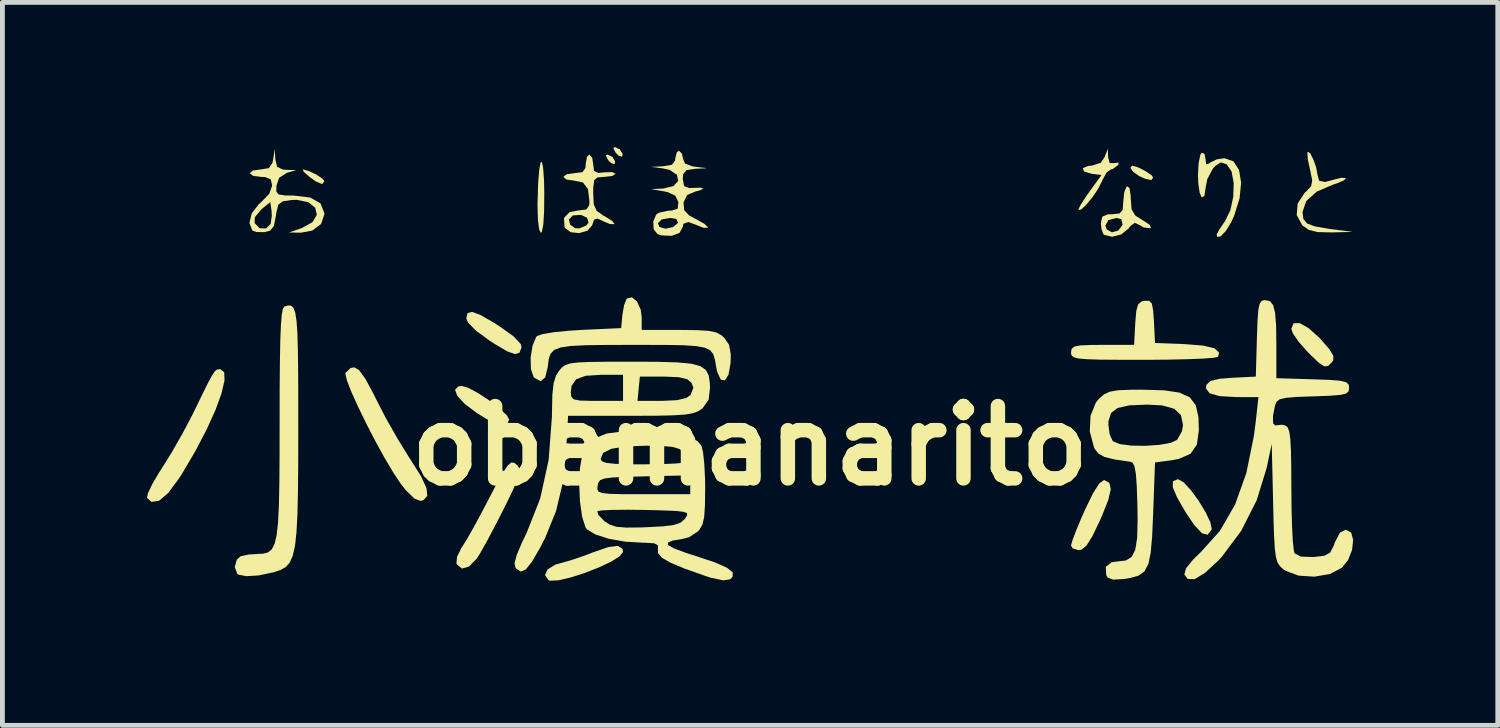
<source format=kicad_pcb>
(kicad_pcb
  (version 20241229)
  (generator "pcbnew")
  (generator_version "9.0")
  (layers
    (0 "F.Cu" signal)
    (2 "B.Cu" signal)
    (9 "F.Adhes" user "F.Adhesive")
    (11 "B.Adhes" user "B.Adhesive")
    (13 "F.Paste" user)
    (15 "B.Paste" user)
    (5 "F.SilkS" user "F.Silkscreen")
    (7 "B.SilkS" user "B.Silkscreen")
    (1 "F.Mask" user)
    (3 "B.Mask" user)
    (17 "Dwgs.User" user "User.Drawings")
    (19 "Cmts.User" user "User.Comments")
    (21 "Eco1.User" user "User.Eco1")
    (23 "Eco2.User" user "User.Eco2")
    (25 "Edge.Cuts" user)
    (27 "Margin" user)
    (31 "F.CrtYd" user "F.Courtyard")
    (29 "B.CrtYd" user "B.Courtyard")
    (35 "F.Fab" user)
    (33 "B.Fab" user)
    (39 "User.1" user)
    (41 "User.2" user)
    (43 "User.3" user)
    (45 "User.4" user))
  (footprint "obamanarito"
    (layer "F.Cu")
    (at 12.507 6.195)
    (property "Reference" "obamanarito" (at 0 0 0) (layer "F.SilkS") (effects (font (size 1.5 1.5) (thickness 0.3))))
    (attr board_only exclude_from_pos_files exclude_from_bom)
    (fp_poly (pts (xy -2.855 -5.992) (xy -2.796 -5.896) (xy -2.808 -5.84) (xy -2.878 -5.86) (xy -2.941 -5.922) (xy -2.991 -6.02) (xy -2.957 -6.04)) (stroke (width 0) (type solid)) (fill yes) (layer "F.SilkS"))
    (fp_poly (pts (xy -2.7 -6.147) (xy -2.641 -6.051) (xy -2.653 -5.995) (xy -2.723 -6.015) (xy -2.786 -6.077) (xy -2.836 -6.174) (xy -2.802 -6.195)) (stroke (width 0) (type solid)) (fill yes) (layer "F.SilkS"))
    (fp_poly (pts (xy -9.15 -5.697) (xy -8.99 -5.621) (xy -8.863 -5.534) (xy -8.828 -5.486) (xy -8.874 -5.426) (xy -9.012 -5.485) (xy -9.138 -5.576) (xy -9.254 -5.679) (xy -9.281 -5.728) (xy -9.277 -5.729)) (stroke (width 0) (type solid)) (fill yes) (layer "F.SilkS"))
    (fp_poly (pts (xy 8.053 -5.773) (xy 8.207 -5.694) (xy 8.331 -5.608) (xy 8.363 -5.563) (xy 8.327 -5.508) (xy 8.202 -5.535) (xy 8.073 -5.593) (xy 7.949 -5.679) (xy 7.891 -5.765) (xy 7.928 -5.808) (xy 7.934 -5.808)) (stroke (width 0) (type solid)) (fill yes) (layer "F.SilkS"))
    (fp_poly (pts (xy -5.832 -1.195) (xy -5.626 -1.083) (xy -5.399 -0.932) (xy -5.191 -0.77) (xy -5.043 -0.628) (xy -4.995 -0.54) (xy -5.047 -0.429) (xy -5.203 -0.434) (xy -5.462 -0.552) (xy -5.668 -0.679) (xy -5.919 -0.868) (xy -6.072 -1.035) (xy -6.118 -1.162) (xy -6.047 -1.231) (xy -5.976 -1.239)) (stroke (width 0) (type solid)) (fill yes) (layer "F.SilkS"))
    (fp_poly (pts (xy -4.291 -5.766) (xy -4.272 -5.501) (xy -4.267 -5.246) (xy -4.27 -4.863) (xy -4.287 -4.587) (xy -4.316 -4.437) (xy -4.337 -4.414) (xy -4.374 -4.487) (xy -4.399 -4.688) (xy -4.407 -4.992) (xy -4.406 -5.053) (xy -4.394 -5.447) (xy -4.372 -5.722) (xy -4.345 -5.871) (xy -4.316 -5.887)) (stroke (width 0) (type solid)) (fill yes) (layer "F.SilkS"))
    (fp_poly (pts (xy -5.588 -2.71) (xy -5.314 -2.552) (xy -5.195 -2.476) (xy -4.904 -2.268) (xy -4.757 -2.111) (xy -4.738 -2.037) (xy -4.782 -1.928) (xy -4.874 -1.9) (xy -5.034 -1.956) (xy -5.285 -2.104) (xy -5.401 -2.179) (xy -5.684 -2.386) (xy -5.848 -2.553) (xy -5.885 -2.643) (xy -5.858 -2.751) (xy -5.764 -2.775)) (stroke (width 0) (type solid)) (fill yes) (layer "F.SilkS"))
    (fp_poly (pts (xy 8.997 0.761) (xy 9.147 0.924) (xy 9.307 1.143) (xy 9.45 1.379) (xy 9.55 1.588) (xy 9.578 1.73) (xy 9.575 1.742) (xy 9.493 1.847) (xy 9.376 1.817) (xy 9.217 1.648) (xy 9.041 1.388) (xy 8.858 1.071) (xy 8.77 0.86) (xy 8.773 0.741) (xy 8.865 0.698) (xy 8.886 0.698)) (stroke (width 0) (type solid)) (fill yes) (layer "F.SilkS"))
    (fp_poly (pts (xy 11.584 -2.441) (xy 11.808 -2.241) (xy 11.844 -2.203) (xy 12.023 -1.996) (xy 12.102 -1.862) (xy 12.098 -1.77) (xy 12.077 -1.738) (xy 11.997 -1.657) (xy 11.918 -1.644) (xy 11.808 -1.713) (xy 11.635 -1.876) (xy 11.555 -1.958) (xy 11.379 -2.158) (xy 11.261 -2.332) (xy 11.229 -2.423) (xy 11.275 -2.539) (xy 11.4 -2.543)) (stroke (width 0) (type solid)) (fill yes) (layer "F.SilkS"))
    (fp_poly (pts (xy -2.644 2.14) (xy -2.633 2.204) (xy -2.702 2.294) (xy -2.883 2.407) (xy -3.139 2.527) (xy -3.431 2.641) (xy -3.721 2.734) (xy -3.971 2.792) (xy -4.144 2.801) (xy -4.181 2.788) (xy -4.252 2.684) (xy -4.198 2.566) (xy -4.039 2.468) (xy -3.935 2.438) (xy -3.717 2.377) (xy -3.434 2.281) (xy -3.252 2.211) (xy -2.936 2.102) (xy -2.738 2.078)) (stroke (width 0) (type solid)) (fill yes) (layer "F.SilkS"))
    (fp_poly (pts (xy 7.354 0.715) (xy 7.456 0.772) (xy 7.484 0.901) (xy 7.434 1.121) (xy 7.305 1.448) (xy 7.248 1.576) (xy 7.099 1.884) (xy 6.983 2.069) (xy 6.883 2.154) (xy 6.819 2.168) (xy 6.691 2.129) (xy 6.659 2.071) (xy 6.69 1.961) (xy 6.77 1.748) (xy 6.887 1.47) (xy 6.948 1.333) (xy 7.115 0.988) (xy 7.245 0.784) (xy 7.341 0.714)) (stroke (width 0) (type solid)) (fill yes) (layer "F.SilkS"))
    (fp_poly (pts (xy -10.988 -1.587) (xy -10.906 -1.525) (xy -10.9 -1.351) (xy -10.963 -1.082) (xy -11.088 -0.738) (xy -11.27 -0.337) (xy -11.499 0.102) (xy -11.77 0.563) (xy -11.843 0.678) (xy -12.067 0.98) (xy -12.26 1.144) (xy -12.416 1.166) (xy -12.507 1.083) (xy -12.489 0.987) (xy -12.4 0.799) (xy -12.256 0.555) (xy -12.202 0.472) (xy -11.994 0.138) (xy -11.767 -0.26) (xy -11.564 -0.646) (xy -11.534 -0.707) (xy -11.357 -1.07) (xy -11.235 -1.317) (xy -11.152 -1.469) (xy -11.095 -1.55) (xy -11.049 -1.582) (xy -11.001 -1.588)) (stroke (width 0) (type solid)) (fill yes) (layer "F.SilkS"))
    (fp_poly (pts (xy -8.109 -1.568) (xy -7.977 -1.386) (xy -7.807 -1.07) (xy -7.756 -0.966) (xy -7.556 -0.577) (xy -7.315 -0.153) (xy -7.082 0.226) (xy -7.045 0.281) (xy -6.826 0.63) (xy -6.71 0.88) (xy -6.694 1.042) (xy -6.773 1.129) (xy -6.831 1.146) (xy -6.96 1.098) (xy -7.139 0.923) (xy -7.238 0.799) (xy -7.394 0.565) (xy -7.575 0.26) (xy -7.768 -0.089) (xy -7.957 -0.454) (xy -8.128 -0.805) (xy -8.268 -1.115) (xy -8.361 -1.354) (xy -8.394 -1.495) (xy -8.391 -1.511) (xy -8.285 -1.61) (xy -8.21 -1.626)) (stroke (width 0) (type solid)) (fill yes) (layer "F.SilkS"))
    (fp_poly (pts (xy -4.893 0.353) (xy -4.828 0.405) (xy -4.824 0.408) (xy -4.783 0.473) (xy -4.782 0.567) (xy -4.828 0.717) (xy -4.93 0.949) (xy -5.097 1.289) (xy -5.115 1.325) (xy -5.29 1.668) (xy -5.456 1.98) (xy -5.592 2.222) (xy -5.668 2.343) (xy -5.828 2.507) (xy -5.975 2.549) (xy -6.08 2.463) (xy -6.089 2.442) (xy -6.077 2.306) (xy -5.99 2.128) (xy -5.98 2.113) (xy -5.878 1.951) (xy -5.731 1.693) (xy -5.563 1.381) (xy -5.468 1.2) (xy -5.272 0.824) (xy -5.131 0.569) (xy -5.031 0.418) (xy -4.956 0.351)) (stroke (width 0) (type solid)) (fill yes) (layer "F.SilkS"))
    (fp_poly (pts (xy 7.429 -5.985) (xy 7.462 -5.861) (xy 7.563 -5.862) (xy 7.65 -5.873) (xy 7.636 -5.821) (xy 7.522 -5.737) (xy 7.484 -5.73) (xy 7.396 -5.665) (xy 7.307 -5.504) (xy 7.295 -5.473) (xy 7.218 -5.322) (xy 7.104 -5.154) (xy 6.98 -5.003) (xy 6.875 -4.903) (xy 6.818 -4.888) (xy 6.815 -4.905) (xy 6.857 -4.992) (xy 6.964 -5.16) (xy 7.053 -5.286) (xy 7.292 -5.614) (xy 7.092 -5.639) (xy 6.93 -5.688) (xy 6.903 -5.756) (xy 7.012 -5.803) (xy 7.088 -5.808) (xy 7.278 -5.87) (xy 7.354 -5.982) (xy 7.424 -6.156)) (stroke (width 0) (type solid)) (fill yes) (layer "F.SilkS"))
    (fp_poly (pts (xy 8.336 -2.948) (xy 8.364 -2.799) (xy 8.379 -2.58) (xy 8.402 -2.13) (xy 9.019 -2.107) (xy 9.402 -2.076) (xy 9.637 -2.019) (xy 9.73 -1.931) (xy 9.709 -1.843) (xy 9.623 -1.824) (xy 9.407 -1.807) (xy 9.084 -1.794) (xy 8.68 -1.785) (xy 8.218 -1.781) (xy 8.165 -1.781) (xy 7.648 -1.782) (xy 7.264 -1.785) (xy 6.996 -1.793) (xy 6.821 -1.808) (xy 6.721 -1.832) (xy 6.674 -1.867) (xy 6.66 -1.915) (xy 6.66 -1.936) (xy 6.672 -2.011) (xy 6.729 -2.057) (xy 6.862 -2.081) (xy 7.1 -2.09) (xy 7.314 -2.091) (xy 7.968 -2.091) (xy 7.992 -2.536) (xy 8.012 -2.791) (xy 8.05 -2.93) (xy 8.121 -2.991) (xy 8.185 -3.006) (xy 8.281 -3.006)) (stroke (width 0) (type solid)) (fill yes) (layer "F.SilkS"))
    (fp_poly (pts (xy 9.429 -6.053) (xy 9.448 -5.952) (xy 9.464 -5.836) (xy 9.526 -5.856) (xy 9.54 -5.87) (xy 9.684 -5.94) (xy 9.843 -5.963) (xy 10.029 -5.898) (xy 10.145 -5.719) (xy 10.188 -5.455) (xy 10.156 -5.131) (xy 10.045 -4.774) (xy 9.978 -4.627) (xy 9.868 -4.45) (xy 9.764 -4.343) (xy 9.694 -4.33) (xy 9.68 -4.378) (xy 9.722 -4.462) (xy 9.825 -4.616) (xy 9.852 -4.654) (xy 9.964 -4.881) (xy 10.025 -5.162) (xy 10.034 -5.447) (xy 9.99 -5.688) (xy 9.891 -5.835) (xy 9.888 -5.837) (xy 9.768 -5.877) (xy 9.655 -5.806) (xy 9.598 -5.741) (xy 9.486 -5.529) (xy 9.448 -5.33) (xy 9.426 -5.18) (xy 9.371 -5.149) (xy 9.37 -5.15) (xy 9.327 -5.248) (xy 9.299 -5.45) (xy 9.293 -5.614) (xy 9.306 -5.856) (xy 9.34 -6.028) (xy 9.37 -6.079)) (stroke (width 0) (type solid)) (fill yes) (layer "F.SilkS"))
    (fp_poly (pts (xy 11.62 -6.066) (xy 11.685 -5.94) (xy 11.744 -5.776) (xy 11.771 -5.63) (xy 11.771 -5.622) (xy 11.807 -5.495) (xy 11.93 -5.47) (xy 12.091 -5.513) (xy 12.263 -5.557) (xy 12.362 -5.552) (xy 12.363 -5.551) (xy 12.324 -5.506) (xy 12.175 -5.442) (xy 12.09 -5.414) (xy 11.754 -5.268) (xy 11.539 -5.074) (xy 11.461 -4.847) (xy 11.461 -4.841) (xy 11.48 -4.701) (xy 11.556 -4.609) (xy 11.72 -4.548) (xy 12.003 -4.499) (xy 12.072 -4.49) (xy 12.506 -4.434) (xy 12.061 -4.424) (xy 11.777 -4.431) (xy 11.594 -4.475) (xy 11.46 -4.57) (xy 11.454 -4.576) (xy 11.341 -4.785) (xy 11.361 -5.023) (xy 11.508 -5.248) (xy 11.546 -5.281) (xy 11.64 -5.383) (xy 11.663 -5.502) (xy 11.624 -5.698) (xy 11.615 -5.735) (xy 11.571 -5.94) (xy 11.562 -6.076) (xy 11.57 -6.098)) (stroke (width 0) (type solid)) (fill yes) (layer "F.SilkS"))
    (fp_poly (pts (xy 7.872 -5.347) (xy 7.897 -5.184) (xy 7.899 -5.118) (xy 7.916 -4.903) (xy 7.992 -4.774) (xy 8.15 -4.675) (xy 8.291 -4.582) (xy 8.318 -4.519) (xy 8.303 -4.51) (xy 8.166 -4.527) (xy 8.086 -4.574) (xy 7.983 -4.623) (xy 7.888 -4.553) (xy 7.852 -4.504) (xy 7.702 -4.383) (xy 7.511 -4.334) (xy 7.35 -4.372) (xy 7.331 -4.388) (xy 7.29 -4.499) (xy 7.284 -4.568) (xy 7.373 -4.568) (xy 7.398 -4.487) (xy 7.508 -4.425) (xy 7.641 -4.463) (xy 7.727 -4.578) (xy 7.729 -4.589) (xy 7.7 -4.7) (xy 7.599 -4.724) (xy 7.434 -4.678) (xy 7.373 -4.568) (xy 7.284 -4.568) (xy 7.279 -4.621) (xy 7.307 -4.75) (xy 7.421 -4.798) (xy 7.512 -4.801) (xy 7.669 -4.817) (xy 7.732 -4.895) (xy 7.744 -5.068) (xy 7.764 -5.261) (xy 7.815 -5.377) (xy 7.821 -5.382)) (stroke (width 0) (type solid)) (fill yes) (layer "F.SilkS"))
    (fp_poly (pts (xy -9.519 -2.905) (xy -9.47 -2.861) (xy -9.433 -2.761) (xy -9.406 -2.59) (xy -9.388 -2.333) (xy -9.378 -1.975) (xy -9.372 -1.502) (xy -9.37 -0.899) (xy -9.37 -0.417) (xy -9.371 0.33) (xy -9.376 0.938) (xy -9.387 1.422) (xy -9.407 1.797) (xy -9.438 2.078) (xy -9.484 2.281) (xy -9.546 2.422) (xy -9.627 2.515) (xy -9.731 2.575) (xy -9.859 2.619) (xy -9.887 2.627) (xy -10.189 2.691) (xy -10.446 2.707) (xy -10.612 2.675) (xy -10.635 2.659) (xy -10.687 2.518) (xy -10.645 2.363) (xy -10.564 2.293) (xy -10.396 2.257) (xy -10.22 2.246) (xy -10.097 2.24) (xy -9.999 2.214) (xy -9.921 2.152) (xy -9.862 2.039) (xy -9.819 1.86) (xy -9.79 1.6) (xy -9.772 1.243) (xy -9.762 0.776) (xy -9.758 0.182) (xy -9.757 -0.474) (xy -9.756 -1.179) (xy -9.751 -1.742) (xy -9.743 -2.177) (xy -9.73 -2.495) (xy -9.713 -2.711) (xy -9.69 -2.836) (xy -9.661 -2.884) (xy -9.661 -2.884) (xy -9.582 -2.908)) (stroke (width 0) (type solid)) (fill yes) (layer "F.SilkS"))
    (fp_poly (pts (xy -2.343 -2.991) (xy -2.267 -2.823) (xy -2.246 -2.662) (xy -2.246 -2.401) (xy -1.471 -2.401) (xy -1.107 -2.397) (xy -0.863 -2.382) (xy -0.705 -2.35) (xy -0.598 -2.294) (xy -0.538 -2.242) (xy -0.434 -2.093) (xy -0.398 -1.893) (xy -0.402 -1.719) (xy -0.445 -1.473) (xy -0.52 -1.355) (xy -0.605 -1.37) (xy -0.678 -1.526) (xy -0.7 -1.629) (xy -0.726 -1.781) (xy -0.76 -1.896) (xy -0.824 -1.978) (xy -0.936 -2.033) (xy -1.118 -2.066) (xy -1.388 -2.084) (xy -1.768 -2.09) (xy -2.278 -2.091) (xy -2.434 -2.091) (xy -2.992 -2.09) (xy -3.413 -2.084) (xy -3.719 -2.068) (xy -3.929 -2.037) (xy -4.061 -1.986) (xy -4.136 -1.909) (xy -4.173 -1.802) (xy -4.192 -1.66) (xy -4.195 -1.632) (xy -4.247 -1.416) (xy -4.341 -1.337) (xy -4.466 -1.404) (xy -4.49 -1.431) (xy -4.544 -1.589) (xy -4.55 -1.824) (xy -4.512 -2.067) (xy -4.438 -2.249) (xy -4.417 -2.274) (xy -4.306 -2.314) (xy -4.077 -2.353) (xy -3.763 -2.384) (xy -3.501 -2.401) (xy -2.672 -2.439) (xy -2.647 -2.71) (xy -2.612 -2.913) (xy -2.559 -3.045) (xy -2.553 -3.052) (xy -2.448 -3.079)) (stroke (width 0) (type solid)) (fill yes) (layer "F.SilkS"))
    (fp_poly (pts (xy -3.273 -5.974) (xy -3.252 -5.838) (xy -3.234 -5.698) (xy -3.148 -5.658) (xy -3.02 -5.67) (xy -2.858 -5.675) (xy -2.788 -5.641) (xy -2.788 -5.64) (xy -2.855 -5.595) (xy -3.017 -5.576) (xy -3.02 -5.576) (xy -3.163 -5.565) (xy -3.231 -5.507) (xy -3.251 -5.357) (xy -3.252 -5.229) (xy -3.24 -5.004) (xy -3.181 -4.873) (xy -3.046 -4.776) (xy -3.013 -4.759) (xy -2.865 -4.667) (xy -2.81 -4.602) (xy -2.813 -4.596) (xy -2.903 -4.597) (xy -3.008 -4.64) (xy -3.161 -4.711) (xy -3.232 -4.691) (xy -3.275 -4.569) (xy -3.371 -4.459) (xy -3.542 -4.41) (xy -3.72 -4.428) (xy -3.838 -4.517) (xy -3.844 -4.53) (xy -3.856 -4.69) (xy -3.757 -4.69) (xy -3.73 -4.584) (xy -3.625 -4.512) (xy -3.539 -4.507) (xy -3.395 -4.568) (xy -3.349 -4.627) (xy -3.379 -4.728) (xy -3.504 -4.787) (xy -3.664 -4.778) (xy -3.677 -4.774) (xy -3.757 -4.69) (xy -3.856 -4.69) (xy -3.858 -4.723) (xy -3.742 -4.845) (xy -3.565 -4.879) (xy -3.397 -4.899) (xy -3.335 -4.986) (xy -3.33 -5.066) (xy -3.361 -5.324) (xy -3.465 -5.46) (xy -3.648 -5.498) (xy -3.807 -5.521) (xy -3.872 -5.576) (xy -3.805 -5.63) (xy -3.643 -5.653) (xy -3.64 -5.653) (xy -3.474 -5.674) (xy -3.413 -5.762) (xy -3.407 -5.847) (xy -3.381 -5.992) (xy -3.33 -6.04)) (stroke (width 0) (type solid)) (fill yes) (layer "F.SilkS"))
    (fp_poly (pts (xy -9.846 -5.943) (xy -9.809 -5.785) (xy -9.689 -5.728) (xy -9.622 -5.723) (xy -9.409 -5.715) (xy -9.602 -5.662) (xy -9.767 -5.556) (xy -9.821 -5.398) (xy -9.826 -5.274) (xy -9.779 -5.212) (xy -9.643 -5.191) (xy -9.458 -5.188) (xy -9.12 -5.147) (xy -8.909 -5.026) (xy -8.829 -4.826) (xy -8.828 -4.801) (xy -8.897 -4.599) (xy -9.08 -4.462) (xy -9.318 -4.418) (xy -9.564 -4.423) (xy -9.293 -4.515) (xy -9.073 -4.638) (xy -8.985 -4.789) (xy -9.019 -4.937) (xy -9.162 -5.051) (xy -9.405 -5.1) (xy -9.5 -5.097) (xy -9.691 -5.07) (xy -9.784 -4.998) (xy -9.825 -4.835) (xy -9.835 -4.763) (xy -9.876 -4.557) (xy -9.953 -4.461) (xy -10.07 -4.43) (xy -10.239 -4.432) (xy -10.322 -4.462) (xy -10.383 -4.62) (xy -10.276 -4.62) (xy -10.174 -4.511) (xy -10.038 -4.506) (xy -9.942 -4.602) (xy -9.919 -4.767) (xy -9.925 -4.882) (xy -9.951 -5.052) (xy -10.138 -4.9) (xy -10.272 -4.737) (xy -10.276 -4.62) (xy -10.383 -4.62) (xy -10.383 -4.621) (xy -10.334 -4.82) (xy -10.19 -5.008) (xy -10.145 -5.046) (xy -9.97 -5.227) (xy -9.912 -5.397) (xy -9.941 -5.525) (xy -10.056 -5.572) (xy -10.145 -5.576) (xy -10.308 -5.598) (xy -10.377 -5.652) (xy -10.377 -5.653) (xy -10.31 -5.708) (xy -10.15 -5.73) (xy -9.98 -5.757) (xy -9.906 -5.866) (xy -9.89 -5.943) (xy -9.858 -6.156)) (stroke (width 0) (type solid)) (fill yes) (layer "F.SilkS"))
    (fp_poly (pts (xy -1.408 -6.053) (xy -1.394 -5.968) (xy -1.348 -5.852) (xy -1.188 -5.793) (xy -1.142 -5.787) (xy -0.891 -5.755) (xy -1.142 -5.743) (xy -1.318 -5.716) (xy -1.385 -5.633) (xy -1.394 -5.531) (xy -1.366 -5.384) (xy -1.257 -5.344) (xy -1.22 -5.346) (xy -1.029 -5.352) (xy -0.966 -5.332) (xy -1.043 -5.295) (xy -1.123 -5.276) (xy -1.304 -5.2) (xy -1.375 -5.051) (xy -1.378 -5.03) (xy -1.365 -4.885) (xy -1.263 -4.777) (xy -1.117 -4.698) (xy -0.95 -4.605) (xy -0.873 -4.535) (xy -0.874 -4.521) (xy -0.966 -4.52) (xy -1.072 -4.563) (xy -1.276 -4.64) (xy -1.38 -4.603) (xy -1.394 -4.538) (xy -1.46 -4.416) (xy -1.623 -4.353) (xy -1.834 -4.362) (xy -1.917 -4.388) (xy -1.998 -4.49) (xy -2.004 -4.616) (xy -1.91 -4.616) (xy -1.879 -4.538) (xy -1.753 -4.501) (xy -1.594 -4.535) (xy -1.492 -4.622) (xy -1.49 -4.627) (xy -1.528 -4.703) (xy -1.654 -4.724) (xy -1.831 -4.693) (xy -1.91 -4.616) (xy -2.004 -4.616) (xy -2.006 -4.65) (xy -1.946 -4.792) (xy -1.891 -4.832) (xy -1.707 -4.872) (xy -1.615 -4.879) (xy -1.499 -4.918) (xy -1.485 -5.053) (xy -1.549 -5.187) (xy -1.715 -5.262) (xy -1.781 -5.275) (xy -2.052 -5.323) (xy -1.805 -5.333) (xy -1.586 -5.385) (xy -1.489 -5.493) (xy -1.515 -5.617) (xy -1.663 -5.719) (xy -1.807 -5.752) (xy -2.052 -5.783) (xy -1.8 -5.796) (xy -1.62 -5.827) (xy -1.553 -5.914) (xy -1.549 -5.963) (xy -1.516 -6.089) (xy -1.471 -6.118)) (stroke (width 0) (type solid)) (fill yes) (layer "F.SilkS"))
    (fp_poly (pts (xy 8.583 -1.149) (xy 8.909 -1.101) (xy 9.124 -1.002) (xy 9.248 -0.838) (xy 9.303 -0.593) (xy 9.311 -0.319) (xy 9.27 -0.021) (xy 9.139 0.168) (xy 8.895 0.275) (xy 8.734 0.304) (xy 8.402 0.348) (xy 8.363 1.411) (xy 8.342 1.885) (xy 8.312 2.227) (xy 8.261 2.461) (xy 8.181 2.609) (xy 8.059 2.696) (xy 7.887 2.745) (xy 7.756 2.765) (xy 7.536 2.779) (xy 7.423 2.738) (xy 7.39 2.685) (xy 7.381 2.514) (xy 7.503 2.417) (xy 7.627 2.401) (xy 7.798 2.381) (xy 7.917 2.308) (xy 7.992 2.16) (xy 8.031 1.916) (xy 8.041 1.552) (xy 8.037 1.251) (xy 8.024 0.853) (xy 8.005 0.586) (xy 7.976 0.427) (xy 7.935 0.351) (xy 7.899 0.335) (xy 7.567 0.286) (xy 7.355 0.234) (xy 7.229 0.165) (xy 7.152 0.067) (xy 7.136 0.034) (xy 7.049 -0.293) (xy 7.056 -0.439) (xy 7.434 -0.439) (xy 7.461 -0.234) (xy 7.526 -0.094) (xy 7.527 -0.093) (xy 7.668 -0.034) (xy 7.909 -0.002) (xy 8.201 0.003) (xy 8.492 -0.017) (xy 8.73 -0.06) (xy 8.861 -0.122) (xy 8.96 -0.296) (xy 8.983 -0.426) (xy 8.94 -0.633) (xy 8.801 -0.766) (xy 8.545 -0.836) (xy 8.237 -0.852) (xy 7.866 -0.836) (xy 7.624 -0.782) (xy 7.489 -0.677) (xy 7.437 -0.509) (xy 7.434 -0.439) (xy 7.056 -0.439) (xy 7.064 -0.621) (xy 7.176 -0.897) (xy 7.237 -0.972) (xy 7.342 -1.063) (xy 7.459 -1.119) (xy 7.627 -1.149) (xy 7.886 -1.16) (xy 8.124 -1.162)) (stroke (width 0) (type solid)) (fill yes) (layer "F.SilkS"))
    (fp_poly (pts (xy -1.912 -1.74) (xy -1.509 -1.728) (xy -1.223 -1.701) (xy -1.031 -1.651) (xy -0.916 -1.572) (xy -0.856 -1.457) (xy -0.833 -1.3) (xy -0.829 -1.2) (xy -0.858 -0.953) (xy -0.978 -0.783) (xy -1 -0.765) (xy -1.081 -0.71) (xy -1.189 -0.672) (xy -1.347 -0.646) (xy -1.581 -0.63) (xy -1.915 -0.622) (xy -2.375 -0.62) (xy -2.476 -0.62) (xy -3.773 -0.62) (xy -3.813 0.097) (xy -3.883 0.77) (xy -4.023 1.356) (xy -4.249 1.913) (xy -4.358 2.125) (xy -4.526 2.413) (xy -4.653 2.57) (xy -4.756 2.611) (xy -4.851 2.549) (xy -4.861 2.538) (xy -4.884 2.444) (xy -4.842 2.276) (xy -4.73 2.009) (xy -4.637 1.819) (xy -4.351 1.095) (xy -4.176 0.293) (xy -4.108 -0.604) (xy -4.107 -0.708) (xy -4.099 -1.061) (xy -4.094 -1.107) (xy -3.717 -1.107) (xy -3.707 -1.014) (xy -3.654 -0.961) (xy -3.526 -0.936) (xy -3.287 -0.93) (xy -3.175 -0.929) (xy -2.633 -0.929) (xy -2.333 -0.929) (xy -1.834 -0.929) (xy -1.514 -0.944) (xy -1.318 -0.99) (xy -1.234 -1.052) (xy -1.174 -1.201) (xy -1.213 -1.304) (xy -1.303 -1.38) (xy -1.476 -1.42) (xy -1.765 -1.433) (xy -1.79 -1.433) (xy -2.284 -1.433) (xy -2.309 -1.181) (xy -2.333 -0.929) (xy -2.633 -0.929) (xy -2.633 -1.2) (xy -2.633 -1.471) (xy -3.082 -1.471) (xy -3.408 -1.45) (xy -3.607 -1.377) (xy -3.701 -1.24) (xy -3.717 -1.107) (xy -4.094 -1.107) (xy -4.073 -1.298) (xy -4.022 -1.458) (xy -3.956 -1.56) (xy -3.898 -1.625) (xy -3.83 -1.673) (xy -3.729 -1.706) (xy -3.57 -1.726) (xy -3.331 -1.737) (xy -2.987 -1.741) (xy -2.515 -1.742) (xy -2.449 -1.742)) (stroke (width 0) (type solid)) (fill yes) (layer "F.SilkS"))
    (fp_poly (pts (xy 10.783 -2.999) (xy 10.852 -2.918) (xy 10.893 -2.755) (xy 10.914 -2.485) (xy 10.919 -2.087) (xy 10.919 -1.4) (xy 11.674 -1.377) (xy 12.022 -1.365) (xy 12.243 -1.347) (xy 12.365 -1.318) (xy 12.418 -1.27) (xy 12.429 -1.2) (xy 12.417 -1.128) (xy 12.362 -1.081) (xy 12.236 -1.052) (xy 12.009 -1.035) (xy 11.682 -1.023) (xy 11.336 -1.011) (xy 11.114 -0.992) (xy 10.986 -0.961) (xy 10.921 -0.909) (xy 10.89 -0.83) (xy 10.848 -0.61) (xy 10.852 -0.46) (xy 10.899 -0.416) (xy 10.912 -0.422) (xy 11.038 -0.435) (xy 11.106 -0.418) (xy 11.152 -0.381) (xy 11.186 -0.296) (xy 11.208 -0.141) (xy 11.222 0.105) (xy 11.228 0.465) (xy 11.23 0.879) (xy 11.234 1.309) (xy 11.245 1.689) (xy 11.261 1.988) (xy 11.282 2.179) (xy 11.296 2.231) (xy 11.426 2.3) (xy 11.684 2.31) (xy 11.701 2.309) (xy 11.919 2.282) (xy 12.036 2.216) (xy 12.109 2.073) (xy 12.129 2.013) (xy 12.237 1.804) (xy 12.362 1.742) (xy 12.471 1.803) (xy 12.512 1.957) (xy 12.49 2.16) (xy 12.409 2.368) (xy 12.279 2.532) (xy 12.029 2.662) (xy 11.709 2.717) (xy 11.382 2.696) (xy 11.111 2.596) (xy 11.063 2.563) (xy 10.994 2.5) (xy 10.944 2.424) (xy 10.91 2.31) (xy 10.887 2.132) (xy 10.871 1.866) (xy 10.859 1.485) (xy 10.852 1.188) (xy 10.823 -0.039) (xy 10.717 0.465) (xy 10.511 1.132) (xy 10.192 1.762) (xy 9.787 2.306) (xy 9.722 2.375) (xy 9.438 2.639) (xy 9.225 2.768) (xy 9.079 2.764) (xy 9.011 2.672) (xy 9.043 2.547) (xy 9.2 2.354) (xy 9.348 2.212) (xy 9.748 1.767) (xy 10.062 1.223) (xy 10.296 0.569) (xy 10.454 -0.209) (xy 10.494 -0.523) (xy 10.547 -1.007) (xy 10.094 -1.008) (xy 9.742 -1.028) (xy 9.533 -1.087) (xy 9.458 -1.189) (xy 9.471 -1.266) (xy 9.552 -1.341) (xy 9.742 -1.388) (xy 10.005 -1.409) (xy 10.493 -1.433) (xy 10.515 -2.226) (xy 10.528 -2.586) (xy 10.545 -2.817) (xy 10.573 -2.949) (xy 10.618 -3.007) (xy 10.681 -3.02)) (stroke (width 0) (type solid)) (fill yes) (layer "F.SilkS"))
    (fp_poly (pts (xy -1.741 -0.285) (xy -1.348 -0.214) (xy -1.094 -0.099) (xy -1.008 -0.002) (xy -0.973 0.137) (xy -0.947 0.388) (xy -0.931 0.708) (xy -0.929 0.885) (xy -0.934 1.243) (xy -0.95 1.481) (xy -0.986 1.635) (xy -1.046 1.74) (xy -1.084 1.781) (xy -1.261 1.898) (xy -1.413 1.937) (xy -1.604 1.968) (xy -1.697 2.008) (xy -1.703 2.058) (xy -1.582 2.128) (xy -1.325 2.224) (xy -1.099 2.297) (xy -0.715 2.426) (xy -0.472 2.534) (xy -0.357 2.629) (xy -0.36 2.719) (xy -0.411 2.772) (xy -0.552 2.794) (xy -0.815 2.738) (xy -0.929 2.701) (xy -1.356 2.55) (xy -1.649 2.427) (xy -1.827 2.324) (xy -1.906 2.23) (xy -1.91 2.154) (xy -1.909 2.066) (xy -1.99 2.024) (xy -2.189 2.013) (xy -2.21 2.013) (xy -2.586 1.991) (xy -2.932 1.93) (xy -3.21 1.84) (xy -3.384 1.733) (xy -3.411 1.697) (xy -3.481 1.478) (xy -3.498 1.359) (xy -3.166 1.359) (xy -3.146 1.434) (xy -3.034 1.552) (xy -3.022 1.563) (xy -2.908 1.638) (xy -2.771 1.682) (xy -2.57 1.699) (xy -2.268 1.696) (xy -2.145 1.691) (xy -1.802 1.673) (xy -1.58 1.645) (xy -1.444 1.599) (xy -1.358 1.527) (xy -1.345 1.51) (xy -1.304 1.445) (xy -1.305 1.401) (xy -1.373 1.372) (xy -1.53 1.354) (xy -1.797 1.343) (xy -2.175 1.333) (xy -2.542 1.329) (xy -2.851 1.332) (xy -3.069 1.342) (xy -3.165 1.359) (xy -3.166 1.359) (xy -3.498 1.359) (xy -3.526 1.163) (xy -3.538 0.904) (xy -3.166 0.904) (xy -3.142 0.953) (xy -3.063 0.983) (xy -2.905 0.999) (xy -2.644 1.006) (xy -2.254 1.007) (xy -2.212 1.007) (xy -1.239 1.007) (xy -1.239 0.811) (xy -1.239 0.615) (xy -2.188 0.636) (xy -2.584 0.647) (xy -2.853 0.66) (xy -3.018 0.681) (xy -3.108 0.715) (xy -3.147 0.768) (xy -3.161 0.832) (xy -3.166 0.904) (xy -3.538 0.904) (xy -3.542 0.808) (xy -3.528 0.472) (xy -3.494 0.274) (xy -3.098 0.274) (xy -3.072 0.324) (xy -2.978 0.357) (xy -2.793 0.377) (xy -2.493 0.386) (xy -2.22 0.387) (xy -1.866 0.383) (xy -1.57 0.371) (xy -1.367 0.354) (xy -1.29 0.335) (xy -1.296 0.247) (xy -1.367 0.142) (xy -1.461 0.069) (xy -1.606 0.026) (xy -1.836 0.005) (xy -2.147 0) (xy -2.583 0.016) (xy -2.878 0.065) (xy -3.046 0.151) (xy -3.098 0.274) (xy -3.494 0.274) (xy -3.489 0.246) (xy -3.389 0.011) (xy -3.224 -0.152) (xy -2.97 -0.252) (xy -2.605 -0.301) (xy -2.268 -0.309)) (stroke (width 0) (type solid)) (fill yes) (layer "F.SilkS")))
  (gr_rect
    (start -3 -3)
    (end 28.019 11.996)
    (stroke (width 0.1) (type default))
    (fill no)
    (layer "Edge.Cuts")))
</source>
